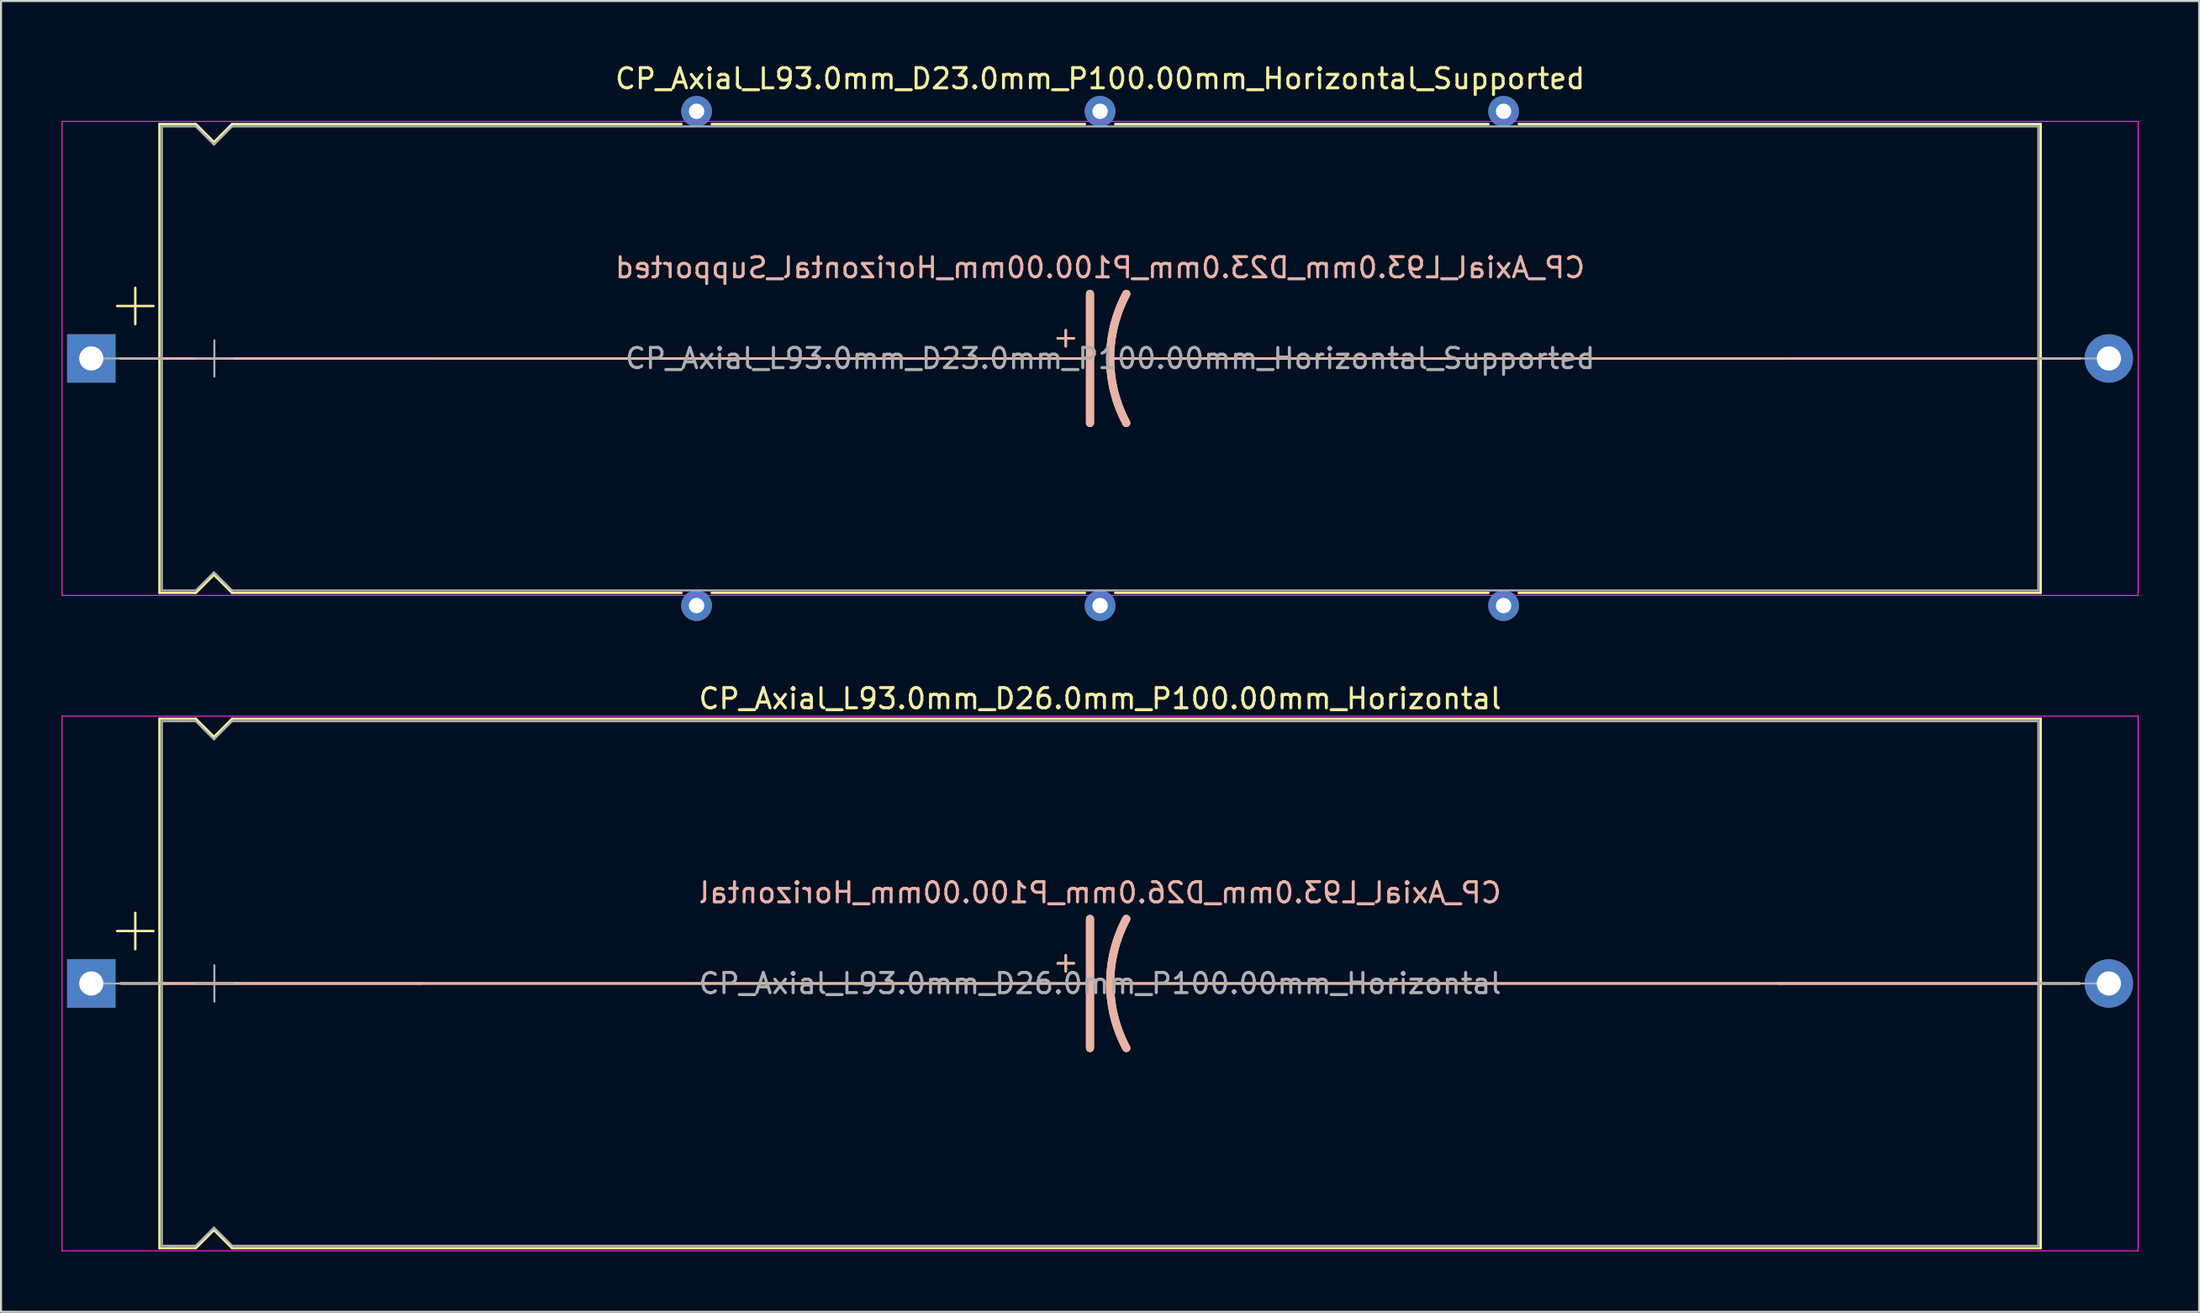
<source format=kicad_pcb>
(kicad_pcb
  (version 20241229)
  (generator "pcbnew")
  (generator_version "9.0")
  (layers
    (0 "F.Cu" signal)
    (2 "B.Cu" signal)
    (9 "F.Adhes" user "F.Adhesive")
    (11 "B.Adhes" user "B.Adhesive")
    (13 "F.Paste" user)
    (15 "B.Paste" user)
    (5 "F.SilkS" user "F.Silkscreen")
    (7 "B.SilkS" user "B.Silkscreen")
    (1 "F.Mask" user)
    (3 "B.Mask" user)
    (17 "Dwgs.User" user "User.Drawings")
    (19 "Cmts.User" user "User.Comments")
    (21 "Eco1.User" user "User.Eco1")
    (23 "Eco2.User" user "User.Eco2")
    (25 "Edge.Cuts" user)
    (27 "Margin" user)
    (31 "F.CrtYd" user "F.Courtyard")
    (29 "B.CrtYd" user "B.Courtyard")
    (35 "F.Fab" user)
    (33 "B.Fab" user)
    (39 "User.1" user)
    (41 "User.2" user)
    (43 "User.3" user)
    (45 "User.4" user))
  (footprint "CP_Axial_L93.0mm_D26.0mm_P100.00mm_Horizontal"
    (layer "F.Cu")
    (at 1.475 45.699)
    (property "Reference" "CP_Axial_L93.0mm_D26.0mm_P100.00mm_Horizontal" (at 50 -14.12 0) (layer "F.SilkS") (effects (font (size 1 1) (thickness 0.15))))
    (fp_line (start 1.28 -2.6) (end 3.08 -2.6) (stroke (width 0.12) (type solid)) (layer "F.SilkS"))
    (fp_line (start 1.44 0) (end 3.38 0) (stroke (width 0.12) (type solid)) (layer "F.SilkS"))
    (fp_line (start 2.18 -3.5) (end 2.18 -1.7) (stroke (width 0.12) (type solid)) (layer "F.SilkS"))
    (fp_line (start 3.38 -13.12) (end 3.38 13.12) (stroke (width 0.12) (type solid)) (layer "F.SilkS"))
    (fp_line (start 3.38 -13.12) (end 5.18 -13.12) (stroke (width 0.12) (type solid)) (layer "F.SilkS"))
    (fp_line (start 3.38 0) (end 49.5 0) (stroke (width 0.12) (type solid)) (layer "F.SilkS"))
    (fp_line (start 3.38 13.12) (end 5.18 13.12) (stroke (width 0.12) (type solid)) (layer "F.SilkS"))
    (fp_line (start 5.18 -13.12) (end 6.08 -12.22) (stroke (width 0.12) (type solid)) (layer "F.SilkS"))
    (fp_line (start 5.18 13.12) (end 6.08 12.22) (stroke (width 0.12) (type solid)) (layer "F.SilkS"))
    (fp_line (start 6.08 -12.22) (end 6.98 -13.12) (stroke (width 0.12) (type solid)) (layer "F.SilkS"))
    (fp_line (start 6.08 12.22) (end 6.98 13.12) (stroke (width 0.12) (type solid)) (layer "F.SilkS"))
    (fp_line (start 6.98 -13.12) (end 96.62 -13.12) (stroke (width 0.12) (type solid)) (layer "F.SilkS"))
    (fp_line (start 6.98 13.12) (end 96.62 13.12) (stroke (width 0.12) (type solid)) (layer "F.SilkS"))
    (fp_line (start 47.9 -1) (end 48.7 -1) (stroke (width 0.12) (type solid)) (layer "F.SilkS"))
    (fp_line (start 48.3 -1.4) (end 48.3 -0.6) (stroke (width 0.12) (type solid)) (layer "F.SilkS"))
    (fp_line (start 49.5 0) (end 49.5 -3.2) (stroke (width 0.4) (type solid)) (layer "F.SilkS"))
    (fp_line (start 49.5 0) (end 49.5 3.2) (stroke (width 0.4) (type solid)) (layer "F.SilkS"))
    (fp_line (start 96.62 -13.12) (end 96.62 13.12) (stroke (width 0.12) (type solid)) (layer "F.SilkS"))
    (fp_line (start 96.62 0) (end 50.5 0) (stroke (width 0.12) (type solid)) (layer "F.SilkS"))
    (fp_line (start 98.56 0) (end 96.62 0) (stroke (width 0.12) (type solid)) (layer "F.SilkS"))
    (fp_arc (start 50.5 0) (mid 50.703545 -1.649114) (end 51.3 -3.2) (stroke (width 0.4) (type solid)) (layer "F.SilkS"))
    (fp_arc (start 51.3 3.2) (mid 50.700704 1.649824) (end 50.5 0) (stroke (width 0.4) (type solid)) (layer "F.SilkS"))
    (fp_line (start 1.5 0) (end 16.38 0) (stroke (width 0.12) (type solid)) (layer "B.SilkS"))
    (fp_line (start 3.38 0) (end 49.5 0) (stroke (width 0.12) (type solid)) (layer "B.SilkS"))
    (fp_line (start 47.9 -1) (end 48.7 -1) (stroke (width 0.12) (type solid)) (layer "B.SilkS"))
    (fp_line (start 48.3 -0.6) (end 48.3 -1.4) (stroke (width 0.12) (type solid)) (layer "B.SilkS"))
    (fp_line (start 49.5 0) (end 49.5 -3.2) (stroke (width 0.4) (type solid)) (layer "B.SilkS"))
    (fp_line (start 49.5 0) (end 49.5 3.2) (stroke (width 0.4) (type solid)) (layer "B.SilkS"))
    (fp_line (start 96.62 0) (end 50.5 0) (stroke (width 0.12) (type solid)) (layer "B.SilkS"))
    (fp_line (start 98.5 0) (end 83.62 0) (stroke (width 0.12) (type solid)) (layer "B.SilkS"))
    (fp_arc (start 50.5 0) (mid 50.700703 -1.649824) (end 51.3 -3.2) (stroke (width 0.4) (type solid)) (layer "B.SilkS"))
    (fp_arc (start 51.3 3.2) (mid 50.703544 1.649114) (end 50.5 0) (stroke (width 0.4) (type solid)) (layer "B.SilkS"))
    (fp_line (start -1.45 -13.25) (end -1.45 13.25) (stroke (width 0.05) (type solid)) (layer "F.CrtYd"))
    (fp_line (start -1.45 13.25) (end 101.45 13.25) (stroke (width 0.05) (type solid)) (layer "F.CrtYd"))
    (fp_line (start 101.45 -13.25) (end -1.45 -13.25) (stroke (width 0.05) (type solid)) (layer "F.CrtYd"))
    (fp_line (start 101.45 13.25) (end 101.45 -13.25) (stroke (width 0.05) (type solid)) (layer "F.CrtYd"))
    (fp_line (start 0 0) (end 3.5 0) (stroke (width 0.1) (type solid)) (layer "F.Fab"))
    (fp_line (start 3.5 -13) (end 3.5 13) (stroke (width 0.1) (type solid)) (layer "F.Fab"))
    (fp_line (start 3.5 -13) (end 5.18 -13) (stroke (width 0.1) (type solid)) (layer "F.Fab"))
    (fp_line (start 3.5 13) (end 5.18 13) (stroke (width 0.1) (type solid)) (layer "F.Fab"))
    (fp_line (start 5.18 -13) (end 6.08 -12.1) (stroke (width 0.1) (type solid)) (layer "F.Fab"))
    (fp_line (start 5.18 13) (end 6.08 12.1) (stroke (width 0.1) (type solid)) (layer "F.Fab"))
    (fp_line (start 5.2 0) (end 7 0) (stroke (width 0.1) (type solid)) (layer "F.Fab"))
    (fp_line (start 6.08 -12.1) (end 6.98 -13) (stroke (width 0.1) (type solid)) (layer "F.Fab"))
    (fp_line (start 6.08 12.1) (end 6.98 13) (stroke (width 0.1) (type solid)) (layer "F.Fab"))
    (fp_line (start 6.1 -0.9) (end 6.1 0.9) (stroke (width 0.1) (type solid)) (layer "F.Fab"))
    (fp_line (start 6.98 -13) (end 96.5 -13) (stroke (width 0.1) (type solid)) (layer "F.Fab"))
    (fp_line (start 6.98 13) (end 96.5 13) (stroke (width 0.1) (type solid)) (layer "F.Fab"))
    (fp_line (start 96.5 -13) (end 96.5 13) (stroke (width 0.1) (type solid)) (layer "F.Fab"))
    (fp_line (start 100 0) (end 96.5 0) (stroke (width 0.1) (type solid)) (layer "F.Fab"))
    (fp_text user "${REFERENCE}" (at 50 -4.5 0) (layer "B.SilkS") (effects (font (size 1 1) (thickness 0.15)) (justify mirror)))
    (fp_text user "${REFERENCE}" (at 50 0 0) (layer "F.Fab") (effects (font (size 1 1) (thickness 0.15))))
    (pad "1" thru_hole rect (at 0 0) (size 2.4 2.4) (drill 1.2) (layers "*.Cu" "*.Mask"))
    (pad "2" thru_hole oval (at 100 0) (size 2.4 2.4) (drill 1.2) (layers "*.Cu" "*.Mask")))
  (footprint "CP_Axial_L93.0mm_D23.0mm_P100.00mm_Horizontal_Supported"
    (layer "F.Cu")
    (at 1.475 14.718)
    (property "Reference" "CP_Axial_L93.0mm_D23.0mm_P100.00mm_Horizontal_Supported" (at 50 -13.87 0) (layer "F.SilkS") (effects (font (size 1 1) (thickness 0.15))))
    (fp_line (start 1.28 -2.6) (end 3.08 -2.6) (stroke (width 0.12) (type solid)) (layer "F.SilkS"))
    (fp_line (start 1.44 0) (end 3.38 0) (stroke (width 0.12) (type solid)) (layer "F.SilkS"))
    (fp_line (start 2.18 -3.5) (end 2.18 -1.7) (stroke (width 0.12) (type solid)) (layer "F.SilkS"))
    (fp_line (start 3.38 -11.62) (end 3.38 11.62) (stroke (width 0.12) (type solid)) (layer "F.SilkS"))
    (fp_line (start 3.38 -11.62) (end 5.18 -11.62) (stroke (width 0.12) (type solid)) (layer "F.SilkS"))
    (fp_line (start 3.38 0) (end 49.5 0) (stroke (width 0.12) (type solid)) (layer "F.SilkS"))
    (fp_line (start 3.38 11.62) (end 5.18 11.62) (stroke (width 0.12) (type solid)) (layer "F.SilkS"))
    (fp_line (start 5.18 -11.62) (end 6.08 -10.72) (stroke (width 0.12) (type solid)) (layer "F.SilkS"))
    (fp_line (start 5.18 11.62) (end 6.08 10.72) (stroke (width 0.12) (type solid)) (layer "F.SilkS"))
    (fp_line (start 6.08 -10.72) (end 6.98 -11.62) (stroke (width 0.12) (type solid)) (layer "F.SilkS"))
    (fp_line (start 6.08 10.72) (end 6.98 11.62) (stroke (width 0.12) (type solid)) (layer "F.SilkS"))
    (fp_line (start 6.98 -11.62) (end 29.25 -11.62) (stroke (width 0.12) (type solid)) (layer "F.SilkS"))
    (fp_line (start 6.98 11.62) (end 29.25 11.62) (stroke (width 0.12) (type solid)) (layer "F.SilkS"))
    (fp_line (start 30.75 -11.62) (end 49.25 -11.62) (stroke (width 0.12) (type solid)) (layer "F.SilkS"))
    (fp_line (start 30.75 11.62) (end 49.25 11.62) (stroke (width 0.12) (type solid)) (layer "F.SilkS"))
    (fp_line (start 47.9 -1) (end 48.7 -1) (stroke (width 0.12) (type solid)) (layer "F.SilkS"))
    (fp_line (start 48.3 -1.4) (end 48.3 -0.6) (stroke (width 0.12) (type solid)) (layer "F.SilkS"))
    (fp_line (start 49.5 0) (end 49.5 -3.2) (stroke (width 0.4) (type solid)) (layer "F.SilkS"))
    (fp_line (start 49.5 0) (end 49.5 3.2) (stroke (width 0.4) (type solid)) (layer "F.SilkS"))
    (fp_line (start 50.75 -11.62) (end 69.25 -11.62) (stroke (width 0.12) (type solid)) (layer "F.SilkS"))
    (fp_line (start 50.75 11.62) (end 69.25 11.62) (stroke (width 0.12) (type solid)) (layer "F.SilkS"))
    (fp_line (start 70.75 -11.62) (end 96.62 -11.62) (stroke (width 0.12) (type solid)) (layer "F.SilkS"))
    (fp_line (start 70.75 11.62) (end 96.62 11.62) (stroke (width 0.12) (type solid)) (layer "F.SilkS"))
    (fp_line (start 96.62 -11.62) (end 96.62 11.62) (stroke (width 0.12) (type solid)) (layer "F.SilkS"))
    (fp_line (start 96.62 0) (end 50.5 0) (stroke (width 0.12) (type solid)) (layer "F.SilkS"))
    (fp_line (start 98.56 0) (end 96.62 0) (stroke (width 0.12) (type solid)) (layer "F.SilkS"))
    (fp_arc (start 50.5 0) (mid 50.703545 -1.649114) (end 51.3 -3.2) (stroke (width 0.4) (type solid)) (layer "F.SilkS"))
    (fp_arc (start 51.3 3.2) (mid 50.700704 1.649824) (end 50.5 0) (stroke (width 0.4) (type solid)) (layer "F.SilkS"))
    (fp_line (start 1.5 0) (end 16.88 0) (stroke (width 0.12) (type solid)) (layer "B.SilkS"))
    (fp_line (start 3.38 0) (end 49.5 0) (stroke (width 0.12) (type solid)) (layer "B.SilkS"))
    (fp_line (start 47.9 -1) (end 48.7 -1) (stroke (width 0.12) (type solid)) (layer "B.SilkS"))
    (fp_line (start 48.3 -0.6) (end 48.3 -1.4) (stroke (width 0.12) (type solid)) (layer "B.SilkS"))
    (fp_line (start 49.5 0) (end 49.5 -3.2) (stroke (width 0.4) (type solid)) (layer "B.SilkS"))
    (fp_line (start 49.5 0) (end 49.5 3.2) (stroke (width 0.4) (type solid)) (layer "B.SilkS"))
    (fp_line (start 96.62 0) (end 50.5 0) (stroke (width 0.12) (type solid)) (layer "B.SilkS"))
    (fp_line (start 98.5 0) (end 84.12 0) (stroke (width 0.12) (type solid)) (layer "B.SilkS"))
    (fp_arc (start 50.5 0) (mid 50.700703 -1.649824) (end 51.3 -3.2) (stroke (width 0.4) (type solid)) (layer "B.SilkS"))
    (fp_arc (start 51.3 3.2) (mid 50.703544 1.649114) (end 50.5 0) (stroke (width 0.4) (type solid)) (layer "B.SilkS"))
    (fp_line (start -1.45 -11.75) (end -1.45 11.75) (stroke (width 0.05) (type solid)) (layer "F.CrtYd"))
    (fp_line (start -1.45 11.75) (end 101.45 11.75) (stroke (width 0.05) (type solid)) (layer "F.CrtYd"))
    (fp_line (start 101.45 -11.75) (end -1.45 -11.75) (stroke (width 0.05) (type solid)) (layer "F.CrtYd"))
    (fp_line (start 101.45 11.75) (end 101.45 -11.75) (stroke (width 0.05) (type solid)) (layer "F.CrtYd"))
    (fp_line (start 0 0) (end 3.5 0) (stroke (width 0.1) (type solid)) (layer "F.Fab"))
    (fp_line (start 3.5 -11.5) (end 3.5 11.5) (stroke (width 0.1) (type solid)) (layer "F.Fab"))
    (fp_line (start 3.5 -11.5) (end 5.18 -11.5) (stroke (width 0.1) (type solid)) (layer "F.Fab"))
    (fp_line (start 3.5 11.5) (end 5.18 11.5) (stroke (width 0.1) (type solid)) (layer "F.Fab"))
    (fp_line (start 5.18 -11.5) (end 6.08 -10.6) (stroke (width 0.1) (type solid)) (layer "F.Fab"))
    (fp_line (start 5.18 11.5) (end 6.08 10.6) (stroke (width 0.1) (type solid)) (layer "F.Fab"))
    (fp_line (start 5.2 0) (end 7 0) (stroke (width 0.1) (type solid)) (layer "F.Fab"))
    (fp_line (start 6.08 -10.6) (end 6.98 -11.5) (stroke (width 0.1) (type solid)) (layer "F.Fab"))
    (fp_line (start 6.08 10.6) (end 6.98 11.5) (stroke (width 0.1) (type solid)) (layer "F.Fab"))
    (fp_line (start 6.1 -0.9) (end 6.1 0.9) (stroke (width 0.1) (type solid)) (layer "F.Fab"))
    (fp_line (start 6.98 -11.5) (end 96.5 -11.5) (stroke (width 0.1) (type solid)) (layer "F.Fab"))
    (fp_line (start 6.98 11.5) (end 96.5 11.5) (stroke (width 0.1) (type solid)) (layer "F.Fab"))
    (fp_line (start 96.5 -11.5) (end 96.5 11.5) (stroke (width 0.1) (type solid)) (layer "F.Fab"))
    (fp_line (start 100 0) (end 96.5 0) (stroke (width 0.1) (type solid)) (layer "F.Fab"))
    (fp_text user "${REFERENCE}" (at 50 -4.5 0) (layer "B.SilkS") (effects (font (size 1 1) (thickness 0.15)) (justify mirror)))
    (fp_text user "${REFERENCE}" (at 50.5 0 0) (layer "F.Fab") (effects (font (size 1 1) (thickness 0.15))))
    (pad "" thru_hole circle (at 30 -12.25) (size 1.524 1.524) (drill 0.762) (layers "*.Cu" "*.Mask"))
    (pad "" thru_hole circle (at 30 12.25) (size 1.524 1.524) (drill 0.762) (layers "*.Cu" "*.Mask"))
    (pad "" thru_hole circle (at 50 -12.25) (size 1.524 1.524) (drill 0.762) (layers "*.Cu" "*.Mask"))
    (pad "" thru_hole circle (at 50 12.25) (size 1.524 1.524) (drill 0.762) (layers "*.Cu" "*.Mask"))
    (pad "" thru_hole circle (at 70 -12.25) (size 1.524 1.524) (drill 0.762) (layers "*.Cu" "*.Mask"))
    (pad "" thru_hole circle (at 70 12.25) (size 1.524 1.524) (drill 0.762) (layers "*.Cu" "*.Mask"))
    (pad "1" thru_hole rect (at 0 0) (size 2.4 2.4) (drill 1.2) (layers "*.Cu" "*.Mask"))
    (pad "2" thru_hole oval (at 100 0) (size 2.4 2.4) (drill 1.2) (layers "*.Cu" "*.Mask")))
  (gr_rect
    (start -3 -3)
    (end 105.95 61.974)
    (stroke (width 0.1) (type default))
    (fill no)
    (layer "Edge.Cuts")))
</source>
